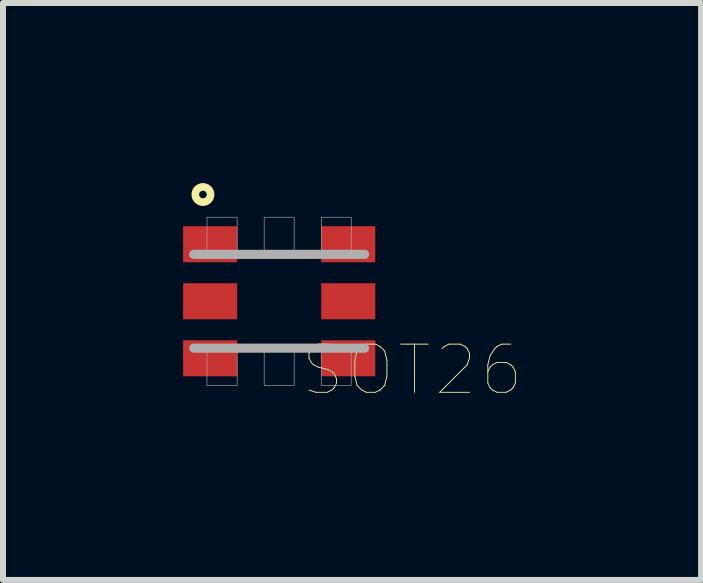
<source format=kicad_pcb>
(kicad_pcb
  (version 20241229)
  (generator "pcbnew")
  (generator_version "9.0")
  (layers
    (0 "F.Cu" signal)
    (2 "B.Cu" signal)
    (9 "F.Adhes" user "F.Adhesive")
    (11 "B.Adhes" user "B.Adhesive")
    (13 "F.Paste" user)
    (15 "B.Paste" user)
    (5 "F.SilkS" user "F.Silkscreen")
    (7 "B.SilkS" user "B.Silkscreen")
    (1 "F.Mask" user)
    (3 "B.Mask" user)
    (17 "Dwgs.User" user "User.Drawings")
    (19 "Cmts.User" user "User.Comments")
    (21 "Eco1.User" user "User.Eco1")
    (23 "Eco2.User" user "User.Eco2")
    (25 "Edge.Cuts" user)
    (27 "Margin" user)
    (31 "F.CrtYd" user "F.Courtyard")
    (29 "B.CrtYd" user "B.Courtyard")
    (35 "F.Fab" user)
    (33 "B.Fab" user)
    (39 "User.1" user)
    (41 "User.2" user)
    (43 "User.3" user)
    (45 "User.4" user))
  (footprint "SOT26"
    (layer "F.Cu")
    (at 1.6 1.968)
    (property "Reference" "SOT26" (at 2.215 1.146 180) (layer "F.SilkS") (effects (font (size 0.802 0.802) (thickness 0.015))))
    (attr through_hole)
    (fp_circle (center -1.27 -1.778) (end -1.143 -1.778) (stroke (width 0.127) (type solid)) (fill no) (layer "F.SilkS"))
    (fp_line (start -1.423 -0.781) (end 1.422 -0.781) (stroke (width 0.152) (type solid)) (layer "F.Fab"))
    (fp_line (start 1.422 0.781) (end -1.423 0.781) (stroke (width 0.152) (type solid)) (layer "F.Fab"))
    (fp_poly (pts (xy -1.203 0.8) (xy -0.7 0.8) (xy -0.7 1.404) (xy -1.203 1.404)) (stroke (width 0.01) (type solid)) (fill no) (layer "F.Fab"))
    (fp_poly (pts (xy -1.202 -1.4) (xy -0.7 -1.4) (xy -0.7 -0.802) (xy -1.202 -0.802)) (stroke (width 0.01) (type solid)) (fill no) (layer "F.Fab"))
    (fp_poly (pts (xy -0.25 0.8) (xy 0.25 0.8) (xy 0.25 1.403) (xy -0.25 1.403)) (stroke (width 0.01) (type solid)) (fill no) (layer "F.Fab"))
    (fp_poly (pts (xy -0.25 -1.4) (xy 0.25 -1.4) (xy 0.25 -0.801) (xy -0.25 -0.801)) (stroke (width 0.01) (type solid)) (fill no) (layer "F.Fab"))
    (fp_poly (pts (xy 0.701 0.8) (xy 1.2 0.8) (xy 1.2 1.402) (xy 0.701 1.402)) (stroke (width 0.01) (type solid)) (fill no) (layer "F.Fab"))
    (fp_poly (pts (xy 0.702 -1.4) (xy 1.2 -1.4) (xy 1.2 -0.802) (xy 0.702 -0.802)) (stroke (width 0.01) (type solid)) (fill no) (layer "F.Fab"))
    (pad "1" smd rect (at -1.15 -0.95) (size 0.9 0.6) (layers "F.Cu" "F.Mask" "F.Paste"))
    (pad "2" smd rect (at -1.15 0) (size 0.9 0.6) (layers "F.Cu" "F.Mask" "F.Paste"))
    (pad "3" smd rect (at -1.15 0.95) (size 0.9 0.6) (layers "F.Cu" "F.Mask" "F.Paste"))
    (pad "4" smd rect (at 1.15 0.95) (size 0.9 0.6) (layers "F.Cu" "F.Mask" "F.Paste"))
    (pad "5" smd rect (at 1.15 0) (size 0.9 0.6) (layers "F.Cu" "F.Mask" "F.Paste"))
    (pad "6" smd rect (at 1.15 -0.95) (size 0.9 0.6) (layers "F.Cu" "F.Mask" "F.Paste")))
  (gr_rect
    (start -3 -3)
    (end 8.628 6.61)
    (stroke (width 0.1) (type default))
    (fill no)
    (layer "Edge.Cuts")))
</source>
